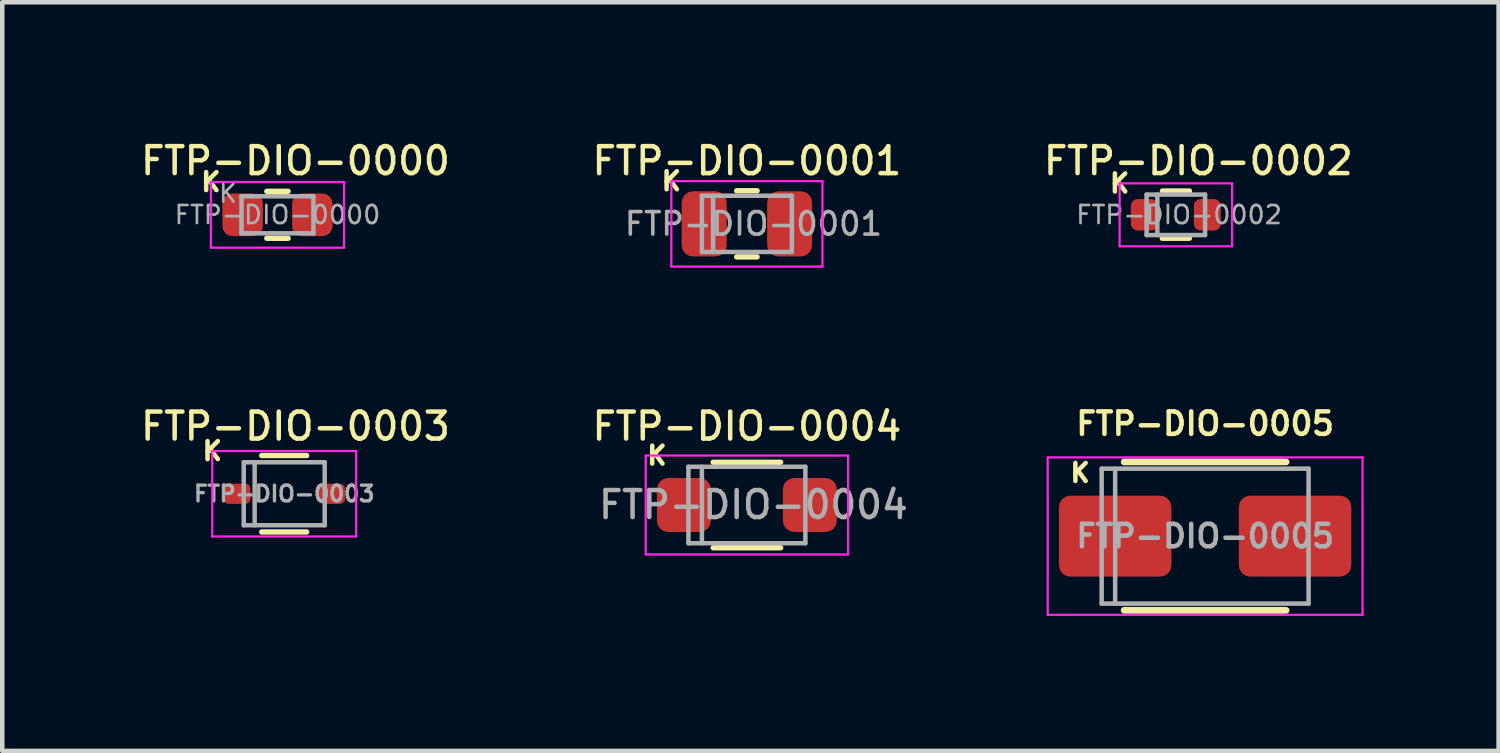
<source format=kicad_pcb>
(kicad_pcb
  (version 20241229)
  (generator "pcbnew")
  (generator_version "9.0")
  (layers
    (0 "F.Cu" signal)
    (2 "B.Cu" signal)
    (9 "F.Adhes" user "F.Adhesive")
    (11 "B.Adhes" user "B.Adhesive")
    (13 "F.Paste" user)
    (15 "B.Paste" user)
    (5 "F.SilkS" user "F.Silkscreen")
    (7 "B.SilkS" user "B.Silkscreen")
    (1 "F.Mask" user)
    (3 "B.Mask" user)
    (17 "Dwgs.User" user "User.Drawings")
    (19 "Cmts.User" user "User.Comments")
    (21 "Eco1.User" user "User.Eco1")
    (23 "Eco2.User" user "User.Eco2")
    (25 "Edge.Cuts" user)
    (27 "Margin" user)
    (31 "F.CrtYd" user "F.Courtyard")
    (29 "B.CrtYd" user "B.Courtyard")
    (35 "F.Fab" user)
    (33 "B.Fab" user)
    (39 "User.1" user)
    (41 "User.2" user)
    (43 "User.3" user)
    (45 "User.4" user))
  (footprint "FTP-DIO-0000"
    (layer "F.Cu")
    (at 3.119 1.726)
    (property "Reference" "FTP-DIO-0000" (at 0.4 -1.2 0) (layer "F.SilkS") (effects (font (size 0.6 0.6) (thickness 0.1) (bold yes))))
    (attr smd)
    (fp_line (start -0.237 -0.522) (end 0.237 -0.522) (stroke (width 0.12) (type solid)) (layer "F.SilkS"))
    (fp_line (start -0.237 0.522) (end 0.237 0.522) (stroke (width 0.12) (type solid)) (layer "F.SilkS"))
    (fp_line (start -1.48 -0.73) (end 1.48 -0.73) (stroke (width 0.05) (type solid)) (layer "F.CrtYd"))
    (fp_line (start -1.48 0.73) (end -1.48 -0.73) (stroke (width 0.05) (type solid)) (layer "F.CrtYd"))
    (fp_line (start 1.48 -0.73) (end 1.48 0.73) (stroke (width 0.05) (type solid)) (layer "F.CrtYd"))
    (fp_line (start 1.48 0.73) (end -1.48 0.73) (stroke (width 0.05) (type solid)) (layer "F.CrtYd"))
    (fp_line (start -0.8 -0.412) (end 0.8 -0.412) (stroke (width 0.1) (type solid)) (layer "F.Fab"))
    (fp_line (start -0.8 0.412) (end -0.8 -0.412) (stroke (width 0.1) (type solid)) (layer "F.Fab"))
    (fp_line (start 0.8 -0.412) (end 0.8 0.412) (stroke (width 0.1) (type solid)) (layer "F.Fab"))
    (fp_line (start 0.8 0.412) (end -0.8 0.412) (stroke (width 0.1) (type solid)) (layer "F.Fab"))
    (fp_text user "K" (at -1.48 -0.73 0) (unlocked yes) (layer "F.SilkS") (effects (font (size 0.4 0.4) (thickness 0.1) (bold yes))))
    (fp_text user "K" (at -1.1 -0.475 0) (layer "F.Fab") (effects (font (size 0.4 0.4) (thickness 0.06))))
    (fp_text user "${REFERENCE}" (at 0 0 0) (layer "F.Fab") (effects (font (size 0.4 0.4) (thickness 0.06))))
    (pad "1" smd roundrect (at -0.775 0) (size 0.9 0.95) (layers "F.Cu" "F.Mask" "F.Paste") (roundrect_rratio 0.25))
    (pad "2" smd roundrect (at 0.775 0) (size 0.9 0.95) (layers "F.Cu" "F.Mask" "F.Paste") (roundrect_rratio 0.25)))
  (footprint "FTP-DIO-0003"
    (layer "F.Cu")
    (at 3.269 7.928)
    (property "Reference" "FTP-DIO-0003" (at 0.25 -1.5 0) (layer "F.SilkS") (effects (font (size 0.6 0.6) (thickness 0.1) (bold yes))))
    (attr smd)
    (fp_line (start -0.5 -0.85) (end 0.5 -0.85) (stroke (width 0.12) (type solid)) (layer "F.SilkS"))
    (fp_line (start -0.5 0.85) (end 0.5 0.85) (stroke (width 0.12) (type solid)) (layer "F.SilkS"))
    (fp_line (start -1.6 -0.95) (end -1.6 0.95) (stroke (width 0.05) (type solid)) (layer "F.CrtYd"))
    (fp_line (start -1.6 -0.95) (end 1.6 -0.95) (stroke (width 0.05) (type solid)) (layer "F.CrtYd"))
    (fp_line (start -1.6 0.95) (end 1.6 0.95) (stroke (width 0.05) (type solid)) (layer "F.CrtYd"))
    (fp_line (start 1.6 -0.95) (end 1.6 0.95) (stroke (width 0.05) (type solid)) (layer "F.CrtYd"))
    (fp_line (start -0.9 -0.7) (end 0.9 -0.7) (stroke (width 0.1) (type solid)) (layer "F.Fab"))
    (fp_line (start -0.9 0.7) (end -0.9 -0.7) (stroke (width 0.1) (type solid)) (layer "F.Fab"))
    (fp_line (start -0.657 0.7) (end -0.657 -0.7) (stroke (width 0.1) (type solid)) (layer "F.Fab"))
    (fp_line (start 0.9 -0.7) (end 0.9 0.7) (stroke (width 0.1) (type solid)) (layer "F.Fab"))
    (fp_line (start 0.9 0.7) (end -0.9 0.7) (stroke (width 0.1) (type solid)) (layer "F.Fab"))
    (fp_text user "K" (at -1.6 -0.95 0) (unlocked yes) (layer "F.SilkS") (effects (font (size 0.4 0.4) (thickness 0.1) (bold yes))))
    (fp_text user "${REFERENCE}" (at 0 0 0) (layer "F.Fab") (effects (font (size 0.35 0.35) (thickness 0.075) (bold yes))))
    (pad "1" smd roundrect (at -1.05 0) (size 0.6 0.45) (layers "F.Cu" "F.Mask" "F.Paste") (roundrect_rratio 0.25))
    (pad "2" smd roundrect (at 1.05 0) (size 0.6 0.45) (layers "F.Cu" "F.Mask" "F.Paste") (roundrect_rratio 0.25)))
  (footprint "FTP-DIO-0005"
    (layer "F.Cu")
    (at 23.744 8.87)
    (property "Reference" "FTP-DIO-0005" (at 0 -2.5 0) (layer "F.SilkS") (effects (font (size 0.5 0.5) (thickness 0.1) (bold yes))))
    (attr smd)
    (fp_line (start -1.8 -1.65) (end 1.8 -1.65) (stroke (width 0.15) (type solid)) (layer "F.SilkS"))
    (fp_line (start -1.8 1.65) (end 1.8 1.65) (stroke (width 0.15) (type solid)) (layer "F.SilkS"))
    (fp_line (start -3.5 -1.75) (end 3.5 -1.75) (stroke (width 0.05) (type solid)) (layer "F.CrtYd"))
    (fp_line (start -3.5 1.75) (end -3.5 -1.75) (stroke (width 0.05) (type solid)) (layer "F.CrtYd"))
    (fp_line (start 3.5 -1.75) (end 3.5 1.75) (stroke (width 0.05) (type solid)) (layer "F.CrtYd"))
    (fp_line (start 3.5 1.75) (end -3.5 1.75) (stroke (width 0.05) (type solid)) (layer "F.CrtYd"))
    (fp_line (start -2.3 1.5) (end -2.3 -1.5) (stroke (width 0.1) (type solid)) (layer "F.Fab"))
    (fp_line (start -2 -1.5) (end -2 1.5) (stroke (width 0.1) (type solid)) (layer "F.Fab"))
    (fp_line (start 2.3 -1.5) (end -2.3 -1.5) (stroke (width 0.1) (type solid)) (layer "F.Fab"))
    (fp_line (start 2.3 -1.5) (end 2.3 1.5) (stroke (width 0.1) (type solid)) (layer "F.Fab"))
    (fp_line (start 2.3 1.5) (end -2.3 1.5) (stroke (width 0.1) (type solid)) (layer "F.Fab"))
    (fp_text user "K" (at -2.78 -1.407 0) (unlocked yes) (layer "F.SilkS") (effects (font (size 0.4 0.4) (thickness 0.1) (bold yes))))
    (fp_text user "${REFERENCE}" (at 0 0 0) (layer "F.Fab") (effects (font (size 0.5 0.5) (thickness 0.1) (bold yes))))
    (pad "1" smd roundrect (at -2 0) (size 2.5 1.8) (layers "F.Cu" "F.Mask" "F.Paste") (roundrect_rratio 0.139))
    (pad "2" smd roundrect (at 2 0) (size 2.5 1.8) (layers "F.Cu" "F.Mask" "F.Paste") (roundrect_rratio 0.139)))
  (footprint "FTP-DIO-0002"
    (layer "F.Cu")
    (at 23.093 1.726)
    (property "Reference" "FTP-DIO-0002" (at 0.5 -1.2 0) (layer "F.SilkS") (effects (font (size 0.6 0.6) (thickness 0.1) (bold yes))))
    (attr smd)
    (fp_line (start 0.3 0.521) (end -0.3 0.521) (stroke (width 0.12) (type solid)) (layer "F.SilkS"))
    (fp_line (start 0.303 -0.529) (end -0.297 -0.529) (stroke (width 0.12) (type solid)) (layer "F.SilkS"))
    (fp_line (start -1.25 -0.7) (end 1.25 -0.7) (stroke (width 0.05) (type solid)) (layer "F.CrtYd"))
    (fp_line (start -1.25 0.7) (end -1.25 -0.7) (stroke (width 0.05) (type solid)) (layer "F.CrtYd"))
    (fp_line (start 1.25 -0.7) (end 1.25 0.7) (stroke (width 0.05) (type solid)) (layer "F.CrtYd"))
    (fp_line (start 1.25 0.7) (end -1.25 0.7) (stroke (width 0.05) (type solid)) (layer "F.CrtYd"))
    (fp_line (start -0.65 -0.45) (end 0.65 -0.45) (stroke (width 0.1) (type solid)) (layer "F.Fab"))
    (fp_line (start -0.65 0.45) (end -0.65 -0.45) (stroke (width 0.1) (type solid)) (layer "F.Fab"))
    (fp_line (start -0.411 -0.45) (end -0.411 0.45) (stroke (width 0.1) (type default)) (layer "F.Fab"))
    (fp_line (start 0.65 -0.45) (end 0.65 0.45) (stroke (width 0.1) (type solid)) (layer "F.Fab"))
    (fp_line (start 0.65 0.45) (end -0.65 0.45) (stroke (width 0.1) (type solid)) (layer "F.Fab"))
    (fp_text user "K" (at -1.25 -0.7 0) (unlocked yes) (layer "F.SilkS") (effects (font (size 0.4 0.4) (thickness 0.1) (bold yes))))
    (fp_text user "${REFERENCE}" (at 0.071 0 0) (layer "F.Fab") (effects (font (size 0.4 0.4) (thickness 0.06))))
    (pad "1" smd roundrect (at -0.7 0 180) (size 0.6 0.7) (layers "F.Cu" "F.Mask" "F.Paste") (roundrect_rratio 0.25))
    (pad "2" smd roundrect (at 0.7 0 180) (size 0.6 0.7) (layers "F.Cu" "F.Mask" "F.Paste") (roundrect_rratio 0.25)))
  (footprint "FTP-DIO-0001"
    (layer "F.Cu")
    (at 13.556 1.927)
    (property "Reference" "FTP-DIO-0001" (at 0 -1.4 0) (layer "F.SilkS") (effects (font (size 0.6 0.6) (thickness 0.1) (bold yes))))
    (attr smd)
    (fp_line (start -0.227 -0.735) (end 0.227 -0.735) (stroke (width 0.12) (type solid)) (layer "F.SilkS"))
    (fp_line (start -0.227 0.735) (end 0.227 0.735) (stroke (width 0.12) (type solid)) (layer "F.SilkS"))
    (fp_line (start -1.68 -0.95) (end 1.68 -0.95) (stroke (width 0.05) (type solid)) (layer "F.CrtYd"))
    (fp_line (start -1.68 0.95) (end -1.68 -0.95) (stroke (width 0.05) (type solid)) (layer "F.CrtYd"))
    (fp_line (start 1.68 -0.95) (end 1.68 0.95) (stroke (width 0.05) (type solid)) (layer "F.CrtYd"))
    (fp_line (start 1.68 0.95) (end -1.68 0.95) (stroke (width 0.05) (type solid)) (layer "F.CrtYd"))
    (fp_line (start -1 -0.625) (end 1 -0.625) (stroke (width 0.1) (type solid)) (layer "F.Fab"))
    (fp_line (start -1 0.625) (end -1 -0.625) (stroke (width 0.1) (type solid)) (layer "F.Fab"))
    (fp_line (start -0.751 -0.625) (end -0.751 0.625) (stroke (width 0.1) (type default)) (layer "F.Fab"))
    (fp_line (start 1 -0.625) (end 1 0.625) (stroke (width 0.1) (type solid)) (layer "F.Fab"))
    (fp_line (start 1 0.625) (end -1 0.625) (stroke (width 0.1) (type solid)) (layer "F.Fab"))
    (fp_text user "K" (at -1.68 -0.95 0) (unlocked yes) (layer "F.SilkS") (effects (font (size 0.4 0.4) (thickness 0.1) (bold yes))))
    (fp_text user "${REFERENCE}" (at 0.146 0 0) (layer "F.Fab") (effects (font (size 0.5 0.5) (thickness 0.08))))
    (pad "1" smd roundrect (at -0.95 0) (size 1 1.45) (layers "F.Cu" "F.Mask" "F.Paste") (roundrect_rratio 0.25))
    (pad "2" smd roundrect (at 0.95 0) (size 1 1.45) (layers "F.Cu" "F.Mask" "F.Paste") (roundrect_rratio 0.25)))
  (footprint "FTP-DIO-0004"
    (layer "F.Cu")
    (at 13.556 8.178)
    (property "Reference" "FTP-DIO-0004" (at 0 -1.75 0) (layer "F.SilkS") (effects (font (size 0.6 0.6) (thickness 0.1) (bold yes))))
    (attr smd)
    (fp_line (start -0.75 -0.95) (end 0.75 -0.95) (stroke (width 0.12) (type solid)) (layer "F.SilkS"))
    (fp_line (start -0.75 0.95) (end 0.75 0.95) (stroke (width 0.12) (type solid)) (layer "F.SilkS"))
    (fp_line (start -2.25 -1.1) (end -2.25 1.1) (stroke (width 0.05) (type solid)) (layer "F.CrtYd"))
    (fp_line (start -2.25 -1.1) (end 2.25 -1.1) (stroke (width 0.05) (type solid)) (layer "F.CrtYd"))
    (fp_line (start 2.25 -1.1) (end 2.25 1.1) (stroke (width 0.05) (type solid)) (layer "F.CrtYd"))
    (fp_line (start 2.25 1.1) (end -2.25 1.1) (stroke (width 0.05) (type solid)) (layer "F.CrtYd"))
    (fp_line (start -1.3 -0.85) (end 1.3 -0.85) (stroke (width 0.1) (type solid)) (layer "F.Fab"))
    (fp_line (start -1.3 0.85) (end -1.3 -0.85) (stroke (width 0.1) (type solid)) (layer "F.Fab"))
    (fp_line (start -1 0.85) (end -1 -0.85) (stroke (width 0.1) (type solid)) (layer "F.Fab"))
    (fp_line (start 1.3 -0.85) (end 1.3 0.85) (stroke (width 0.1) (type solid)) (layer "F.Fab"))
    (fp_line (start 1.3 0.85) (end -1.3 0.85) (stroke (width 0.1) (type solid)) (layer "F.Fab"))
    (fp_text user "K" (at -2 -1.1 0) (unlocked yes) (layer "F.SilkS") (effects (font (size 0.4 0.4) (thickness 0.1) (bold yes))))
    (fp_text user "${REFERENCE}" (at 0.144 -0.005 0) (layer "F.Fab") (effects (font (size 0.6 0.6) (thickness 0.1) (bold yes))))
    (pad "1" smd roundrect (at -1.4 0) (size 1.2 1.2) (layers "F.Cu" "F.Mask" "F.Paste") (roundrect_rratio 0.208))
    (pad "2" smd roundrect (at 1.4 0) (size 1.2 1.2) (layers "F.Cu" "F.Mask" "F.Paste") (roundrect_rratio 0.208)))
  (gr_rect
    (start -3 -3)
    (end 30.269 13.645)
    (stroke (width 0.1) (type default))
    (fill no)
    (layer "Edge.Cuts")))
</source>
